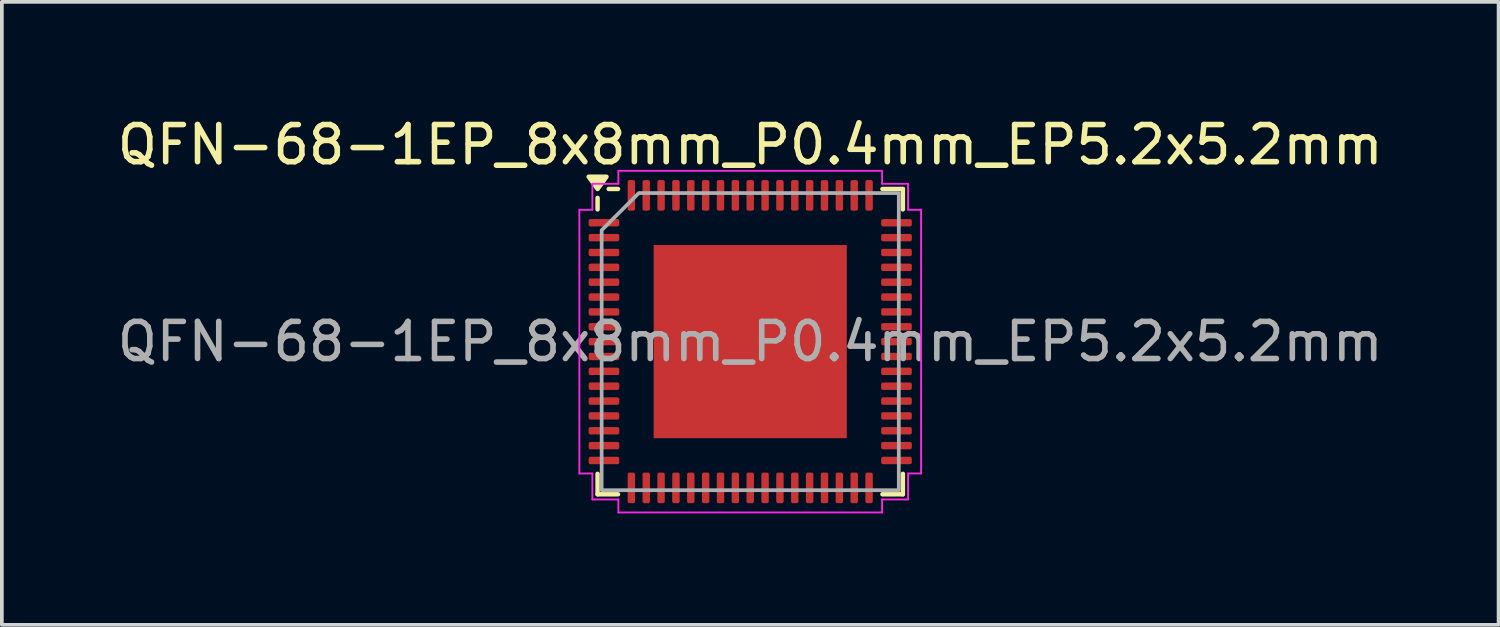
<source format=kicad_pcb>
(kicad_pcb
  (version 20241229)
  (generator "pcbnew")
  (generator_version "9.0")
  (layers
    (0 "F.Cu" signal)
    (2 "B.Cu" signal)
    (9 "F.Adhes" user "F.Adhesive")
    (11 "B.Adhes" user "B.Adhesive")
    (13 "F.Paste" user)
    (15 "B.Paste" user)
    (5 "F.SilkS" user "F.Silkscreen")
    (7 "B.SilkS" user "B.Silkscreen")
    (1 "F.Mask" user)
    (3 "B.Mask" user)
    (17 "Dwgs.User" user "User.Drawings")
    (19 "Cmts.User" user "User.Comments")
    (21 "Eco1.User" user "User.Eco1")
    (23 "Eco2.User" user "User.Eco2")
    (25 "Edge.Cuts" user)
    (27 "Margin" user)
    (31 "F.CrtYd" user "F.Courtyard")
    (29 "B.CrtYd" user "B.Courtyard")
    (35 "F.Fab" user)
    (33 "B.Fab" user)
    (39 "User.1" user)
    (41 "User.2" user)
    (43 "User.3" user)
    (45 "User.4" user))
  (footprint "QFN-68-1EP_8x8mm_P0.4mm_EP5.2x5.2mm"
    (layer "F.Cu")
    (at 17.149 6.148)
    (property "Reference" "QFN-68-1EP_8x8mm_P0.4mm_EP5.2x5.2mm" (at 0 -5.3 0) (layer "F.SilkS") (effects (font (size 1 1) (thickness 0.15))))
    (attr smd)
    (fp_line (start -4.11 -3.56) (end -4.11 -3.87) (stroke (width 0.12) (type solid)) (layer "F.SilkS"))
    (fp_line (start -4.11 4.11) (end -4.11 3.56) (stroke (width 0.12) (type solid)) (layer "F.SilkS"))
    (fp_line (start -3.56 -4.11) (end -3.81 -4.11) (stroke (width 0.12) (type solid)) (layer "F.SilkS"))
    (fp_line (start -3.56 4.11) (end -4.11 4.11) (stroke (width 0.12) (type solid)) (layer "F.SilkS"))
    (fp_line (start 3.56 -4.11) (end 4.11 -4.11) (stroke (width 0.12) (type solid)) (layer "F.SilkS"))
    (fp_line (start 3.56 4.11) (end 4.11 4.11) (stroke (width 0.12) (type solid)) (layer "F.SilkS"))
    (fp_line (start 4.11 -4.11) (end 4.11 -3.56) (stroke (width 0.12) (type solid)) (layer "F.SilkS"))
    (fp_line (start 4.11 4.11) (end 4.11 3.56) (stroke (width 0.12) (type solid)) (layer "F.SilkS"))
    (fp_poly (pts (xy -4.11 -4.11) (xy -4.35 -4.44) (xy -3.87 -4.44)) (stroke (width 0.12) (type solid)) (fill yes) (layer "F.SilkS"))
    (fp_line (start -4.6 -3.55) (end -4.25 -3.55) (stroke (width 0.05) (type solid)) (layer "F.CrtYd"))
    (fp_line (start -4.6 3.55) (end -4.6 -3.55) (stroke (width 0.05) (type solid)) (layer "F.CrtYd"))
    (fp_line (start -4.25 -4.25) (end -3.55 -4.25) (stroke (width 0.05) (type solid)) (layer "F.CrtYd"))
    (fp_line (start -4.25 -3.55) (end -4.25 -4.25) (stroke (width 0.05) (type solid)) (layer "F.CrtYd"))
    (fp_line (start -4.25 3.55) (end -4.6 3.55) (stroke (width 0.05) (type solid)) (layer "F.CrtYd"))
    (fp_line (start -4.25 4.25) (end -4.25 3.55) (stroke (width 0.05) (type solid)) (layer "F.CrtYd"))
    (fp_line (start -3.55 -4.6) (end 3.55 -4.6) (stroke (width 0.05) (type solid)) (layer "F.CrtYd"))
    (fp_line (start -3.55 -4.25) (end -3.55 -4.6) (stroke (width 0.05) (type solid)) (layer "F.CrtYd"))
    (fp_line (start -3.55 4.25) (end -4.25 4.25) (stroke (width 0.05) (type solid)) (layer "F.CrtYd"))
    (fp_line (start -3.55 4.6) (end -3.55 4.25) (stroke (width 0.05) (type solid)) (layer "F.CrtYd"))
    (fp_line (start 3.55 -4.6) (end 3.55 -4.25) (stroke (width 0.05) (type solid)) (layer "F.CrtYd"))
    (fp_line (start 3.55 -4.25) (end 4.25 -4.25) (stroke (width 0.05) (type solid)) (layer "F.CrtYd"))
    (fp_line (start 3.55 4.25) (end 3.55 4.6) (stroke (width 0.05) (type solid)) (layer "F.CrtYd"))
    (fp_line (start 3.55 4.6) (end -3.55 4.6) (stroke (width 0.05) (type solid)) (layer "F.CrtYd"))
    (fp_line (start 4.25 -4.25) (end 4.25 -3.55) (stroke (width 0.05) (type solid)) (layer "F.CrtYd"))
    (fp_line (start 4.25 -3.55) (end 4.6 -3.55) (stroke (width 0.05) (type solid)) (layer "F.CrtYd"))
    (fp_line (start 4.25 3.55) (end 4.25 4.25) (stroke (width 0.05) (type solid)) (layer "F.CrtYd"))
    (fp_line (start 4.25 4.25) (end 3.55 4.25) (stroke (width 0.05) (type solid)) (layer "F.CrtYd"))
    (fp_line (start 4.6 -3.55) (end 4.6 3.55) (stroke (width 0.05) (type solid)) (layer "F.CrtYd"))
    (fp_line (start 4.6 3.55) (end 4.25 3.55) (stroke (width 0.05) (type solid)) (layer "F.CrtYd"))
    (fp_poly (pts (xy -4 -3) (xy -4 4) (xy 4 4) (xy 4 -4) (xy -3 -4)) (stroke (width 0.1) (type solid)) (fill no) (layer "F.Fab"))
    (fp_text user "${REFERENCE}" (at 0 0 0) (layer "F.Fab") (effects (font (size 1 1) (thickness 0.15))))
    (pad "" smd roundrect (at -1.95 -1.95) (size 1.05 1.05) (layers "F.Paste") (roundrect_rratio 0.238))
    (pad "" smd roundrect (at -1.95 -0.65) (size 1.05 1.05) (layers "F.Paste") (roundrect_rratio 0.238))
    (pad "" smd roundrect (at -1.95 0.65) (size 1.05 1.05) (layers "F.Paste") (roundrect_rratio 0.238))
    (pad "" smd roundrect (at -1.95 1.95) (size 1.05 1.05) (layers "F.Paste") (roundrect_rratio 0.238))
    (pad "" smd roundrect (at -0.65 -1.95) (size 1.05 1.05) (layers "F.Paste") (roundrect_rratio 0.238))
    (pad "" smd roundrect (at -0.65 -0.65) (size 1.05 1.05) (layers "F.Paste") (roundrect_rratio 0.238))
    (pad "" smd roundrect (at -0.65 0.65) (size 1.05 1.05) (layers "F.Paste") (roundrect_rratio 0.238))
    (pad "" smd roundrect (at -0.65 1.95) (size 1.05 1.05) (layers "F.Paste") (roundrect_rratio 0.238))
    (pad "" smd roundrect (at 0.65 -1.95) (size 1.05 1.05) (layers "F.Paste") (roundrect_rratio 0.238))
    (pad "" smd roundrect (at 0.65 -0.65) (size 1.05 1.05) (layers "F.Paste") (roundrect_rratio 0.238))
    (pad "" smd roundrect (at 0.65 0.65) (size 1.05 1.05) (layers "F.Paste") (roundrect_rratio 0.238))
    (pad "" smd roundrect (at 0.65 1.95) (size 1.05 1.05) (layers "F.Paste") (roundrect_rratio 0.238))
    (pad "" smd roundrect (at 1.95 -1.95) (size 1.05 1.05) (layers "F.Paste") (roundrect_rratio 0.238))
    (pad "" smd roundrect (at 1.95 -0.65) (size 1.05 1.05) (layers "F.Paste") (roundrect_rratio 0.238))
    (pad "" smd roundrect (at 1.95 0.65) (size 1.05 1.05) (layers "F.Paste") (roundrect_rratio 0.238))
    (pad "" smd roundrect (at 1.95 1.95) (size 1.05 1.05) (layers "F.Paste") (roundrect_rratio 0.238))
    (pad "1" smd roundrect (at -3.938 -3.2) (size 0.825 0.2) (layers "F.Cu" "F.Mask" "F.Paste") (roundrect_rratio 0.25))
    (pad "2" smd roundrect (at -3.938 -2.8) (size 0.825 0.2) (layers "F.Cu" "F.Mask" "F.Paste") (roundrect_rratio 0.25))
    (pad "3" smd roundrect (at -3.938 -2.4) (size 0.825 0.2) (layers "F.Cu" "F.Mask" "F.Paste") (roundrect_rratio 0.25))
    (pad "4" smd roundrect (at -3.938 -2) (size 0.825 0.2) (layers "F.Cu" "F.Mask" "F.Paste") (roundrect_rratio 0.25))
    (pad "5" smd roundrect (at -3.938 -1.6) (size 0.825 0.2) (layers "F.Cu" "F.Mask" "F.Paste") (roundrect_rratio 0.25))
    (pad "6" smd roundrect (at -3.938 -1.2) (size 0.825 0.2) (layers "F.Cu" "F.Mask" "F.Paste") (roundrect_rratio 0.25))
    (pad "7" smd roundrect (at -3.938 -0.8) (size 0.825 0.2) (layers "F.Cu" "F.Mask" "F.Paste") (roundrect_rratio 0.25))
    (pad "8" smd roundrect (at -3.938 -0.4) (size 0.825 0.2) (layers "F.Cu" "F.Mask" "F.Paste") (roundrect_rratio 0.25))
    (pad "9" smd roundrect (at -3.938 0) (size 0.825 0.2) (layers "F.Cu" "F.Mask" "F.Paste") (roundrect_rratio 0.25))
    (pad "10" smd roundrect (at -3.938 0.4) (size 0.825 0.2) (layers "F.Cu" "F.Mask" "F.Paste") (roundrect_rratio 0.25))
    (pad "11" smd roundrect (at -3.938 0.8) (size 0.825 0.2) (layers "F.Cu" "F.Mask" "F.Paste") (roundrect_rratio 0.25))
    (pad "12" smd roundrect (at -3.938 1.2) (size 0.825 0.2) (layers "F.Cu" "F.Mask" "F.Paste") (roundrect_rratio 0.25))
    (pad "13" smd roundrect (at -3.938 1.6) (size 0.825 0.2) (layers "F.Cu" "F.Mask" "F.Paste") (roundrect_rratio 0.25))
    (pad "14" smd roundrect (at -3.938 2) (size 0.825 0.2) (layers "F.Cu" "F.Mask" "F.Paste") (roundrect_rratio 0.25))
    (pad "15" smd roundrect (at -3.938 2.4) (size 0.825 0.2) (layers "F.Cu" "F.Mask" "F.Paste") (roundrect_rratio 0.25))
    (pad "16" smd roundrect (at -3.938 2.8) (size 0.825 0.2) (layers "F.Cu" "F.Mask" "F.Paste") (roundrect_rratio 0.25))
    (pad "17" smd roundrect (at -3.938 3.2) (size 0.825 0.2) (layers "F.Cu" "F.Mask" "F.Paste") (roundrect_rratio 0.25))
    (pad "18" smd roundrect (at -3.2 3.938) (size 0.2 0.825) (layers "F.Cu" "F.Mask" "F.Paste") (roundrect_rratio 0.25))
    (pad "19" smd roundrect (at -2.8 3.938) (size 0.2 0.825) (layers "F.Cu" "F.Mask" "F.Paste") (roundrect_rratio 0.25))
    (pad "20" smd roundrect (at -2.4 3.938) (size 0.2 0.825) (layers "F.Cu" "F.Mask" "F.Paste") (roundrect_rratio 0.25))
    (pad "21" smd roundrect (at -2 3.938) (size 0.2 0.825) (layers "F.Cu" "F.Mask" "F.Paste") (roundrect_rratio 0.25))
    (pad "22" smd roundrect (at -1.6 3.938) (size 0.2 0.825) (layers "F.Cu" "F.Mask" "F.Paste") (roundrect_rratio 0.25))
    (pad "23" smd roundrect (at -1.2 3.938) (size 0.2 0.825) (layers "F.Cu" "F.Mask" "F.Paste") (roundrect_rratio 0.25))
    (pad "24" smd roundrect (at -0.8 3.938) (size 0.2 0.825) (layers "F.Cu" "F.Mask" "F.Paste") (roundrect_rratio 0.25))
    (pad "25" smd roundrect (at -0.4 3.938) (size 0.2 0.825) (layers "F.Cu" "F.Mask" "F.Paste") (roundrect_rratio 0.25))
    (pad "26" smd roundrect (at 0 3.938) (size 0.2 0.825) (layers "F.Cu" "F.Mask" "F.Paste") (roundrect_rratio 0.25))
    (pad "27" smd roundrect (at 0.4 3.938) (size 0.2 0.825) (layers "F.Cu" "F.Mask" "F.Paste") (roundrect_rratio 0.25))
    (pad "28" smd roundrect (at 0.8 3.938) (size 0.2 0.825) (layers "F.Cu" "F.Mask" "F.Paste") (roundrect_rratio 0.25))
    (pad "29" smd roundrect (at 1.2 3.938) (size 0.2 0.825) (layers "F.Cu" "F.Mask" "F.Paste") (roundrect_rratio 0.25))
    (pad "30" smd roundrect (at 1.6 3.938) (size 0.2 0.825) (layers "F.Cu" "F.Mask" "F.Paste") (roundrect_rratio 0.25))
    (pad "31" smd roundrect (at 2 3.938) (size 0.2 0.825) (layers "F.Cu" "F.Mask" "F.Paste") (roundrect_rratio 0.25))
    (pad "32" smd roundrect (at 2.4 3.938) (size 0.2 0.825) (layers "F.Cu" "F.Mask" "F.Paste") (roundrect_rratio 0.25))
    (pad "33" smd roundrect (at 2.8 3.938) (size 0.2 0.825) (layers "F.Cu" "F.Mask" "F.Paste") (roundrect_rratio 0.25))
    (pad "34" smd roundrect (at 3.2 3.938) (size 0.2 0.825) (layers "F.Cu" "F.Mask" "F.Paste") (roundrect_rratio 0.25))
    (pad "35" smd roundrect (at 3.938 3.2) (size 0.825 0.2) (layers "F.Cu" "F.Mask" "F.Paste") (roundrect_rratio 0.25))
    (pad "36" smd roundrect (at 3.938 2.8) (size 0.825 0.2) (layers "F.Cu" "F.Mask" "F.Paste") (roundrect_rratio 0.25))
    (pad "37" smd roundrect (at 3.938 2.4) (size 0.825 0.2) (layers "F.Cu" "F.Mask" "F.Paste") (roundrect_rratio 0.25))
    (pad "38" smd roundrect (at 3.938 2) (size 0.825 0.2) (layers "F.Cu" "F.Mask" "F.Paste") (roundrect_rratio 0.25))
    (pad "39" smd roundrect (at 3.938 1.6) (size 0.825 0.2) (layers "F.Cu" "F.Mask" "F.Paste") (roundrect_rratio 0.25))
    (pad "40" smd roundrect (at 3.938 1.2) (size 0.825 0.2) (layers "F.Cu" "F.Mask" "F.Paste") (roundrect_rratio 0.25))
    (pad "41" smd roundrect (at 3.938 0.8) (size 0.825 0.2) (layers "F.Cu" "F.Mask" "F.Paste") (roundrect_rratio 0.25))
    (pad "42" smd roundrect (at 3.938 0.4) (size 0.825 0.2) (layers "F.Cu" "F.Mask" "F.Paste") (roundrect_rratio 0.25))
    (pad "43" smd roundrect (at 3.938 0) (size 0.825 0.2) (layers "F.Cu" "F.Mask" "F.Paste") (roundrect_rratio 0.25))
    (pad "44" smd roundrect (at 3.938 -0.4) (size 0.825 0.2) (layers "F.Cu" "F.Mask" "F.Paste") (roundrect_rratio 0.25))
    (pad "45" smd roundrect (at 3.938 -0.8) (size 0.825 0.2) (layers "F.Cu" "F.Mask" "F.Paste") (roundrect_rratio 0.25))
    (pad "46" smd roundrect (at 3.938 -1.2) (size 0.825 0.2) (layers "F.Cu" "F.Mask" "F.Paste") (roundrect_rratio 0.25))
    (pad "47" smd roundrect (at 3.938 -1.6) (size 0.825 0.2) (layers "F.Cu" "F.Mask" "F.Paste") (roundrect_rratio 0.25))
    (pad "48" smd roundrect (at 3.938 -2) (size 0.825 0.2) (layers "F.Cu" "F.Mask" "F.Paste") (roundrect_rratio 0.25))
    (pad "49" smd roundrect (at 3.938 -2.4) (size 0.825 0.2) (layers "F.Cu" "F.Mask" "F.Paste") (roundrect_rratio 0.25))
    (pad "50" smd roundrect (at 3.938 -2.8) (size 0.825 0.2) (layers "F.Cu" "F.Mask" "F.Paste") (roundrect_rratio 0.25))
    (pad "51" smd roundrect (at 3.938 -3.2) (size 0.825 0.2) (layers "F.Cu" "F.Mask" "F.Paste") (roundrect_rratio 0.25))
    (pad "52" smd roundrect (at 3.2 -3.938) (size 0.2 0.825) (layers "F.Cu" "F.Mask" "F.Paste") (roundrect_rratio 0.25))
    (pad "53" smd roundrect (at 2.8 -3.938) (size 0.2 0.825) (layers "F.Cu" "F.Mask" "F.Paste") (roundrect_rratio 0.25))
    (pad "54" smd roundrect (at 2.4 -3.938) (size 0.2 0.825) (layers "F.Cu" "F.Mask" "F.Paste") (roundrect_rratio 0.25))
    (pad "55" smd roundrect (at 2 -3.938) (size 0.2 0.825) (layers "F.Cu" "F.Mask" "F.Paste") (roundrect_rratio 0.25))
    (pad "56" smd roundrect (at 1.6 -3.938) (size 0.2 0.825) (layers "F.Cu" "F.Mask" "F.Paste") (roundrect_rratio 0.25))
    (pad "57" smd roundrect (at 1.2 -3.938) (size 0.2 0.825) (layers "F.Cu" "F.Mask" "F.Paste") (roundrect_rratio 0.25))
    (pad "58" smd roundrect (at 0.8 -3.938) (size 0.2 0.825) (layers "F.Cu" "F.Mask" "F.Paste") (roundrect_rratio 0.25))
    (pad "59" smd roundrect (at 0.4 -3.938) (size 0.2 0.825) (layers "F.Cu" "F.Mask" "F.Paste") (roundrect_rratio 0.25))
    (pad "60" smd roundrect (at 0 -3.938) (size 0.2 0.825) (layers "F.Cu" "F.Mask" "F.Paste") (roundrect_rratio 0.25))
    (pad "61" smd roundrect (at -0.4 -3.938) (size 0.2 0.825) (layers "F.Cu" "F.Mask" "F.Paste") (roundrect_rratio 0.25))
    (pad "62" smd roundrect (at -0.8 -3.938) (size 0.2 0.825) (layers "F.Cu" "F.Mask" "F.Paste") (roundrect_rratio 0.25))
    (pad "63" smd roundrect (at -1.2 -3.938) (size 0.2 0.825) (layers "F.Cu" "F.Mask" "F.Paste") (roundrect_rratio 0.25))
    (pad "64" smd roundrect (at -1.6 -3.938) (size 0.2 0.825) (layers "F.Cu" "F.Mask" "F.Paste") (roundrect_rratio 0.25))
    (pad "65" smd roundrect (at -2 -3.938) (size 0.2 0.825) (layers "F.Cu" "F.Mask" "F.Paste") (roundrect_rratio 0.25))
    (pad "66" smd roundrect (at -2.4 -3.938) (size 0.2 0.825) (layers "F.Cu" "F.Mask" "F.Paste") (roundrect_rratio 0.25))
    (pad "67" smd roundrect (at -2.8 -3.938) (size 0.2 0.825) (layers "F.Cu" "F.Mask" "F.Paste") (roundrect_rratio 0.25))
    (pad "68" smd roundrect (at -3.2 -3.938) (size 0.2 0.825) (layers "F.Cu" "F.Mask" "F.Paste") (roundrect_rratio 0.25))
    (pad "69" smd rect (at 0 0) (size 5.2 5.2) (property pad_prop_heatsink) (layers "F.Cu" "F.Mask")))
  (gr_rect
    (start -3 -3)
    (end 37.298 13.773)
    (stroke (width 0.1) (type default))
    (fill no)
    (layer "Edge.Cuts")))
</source>
